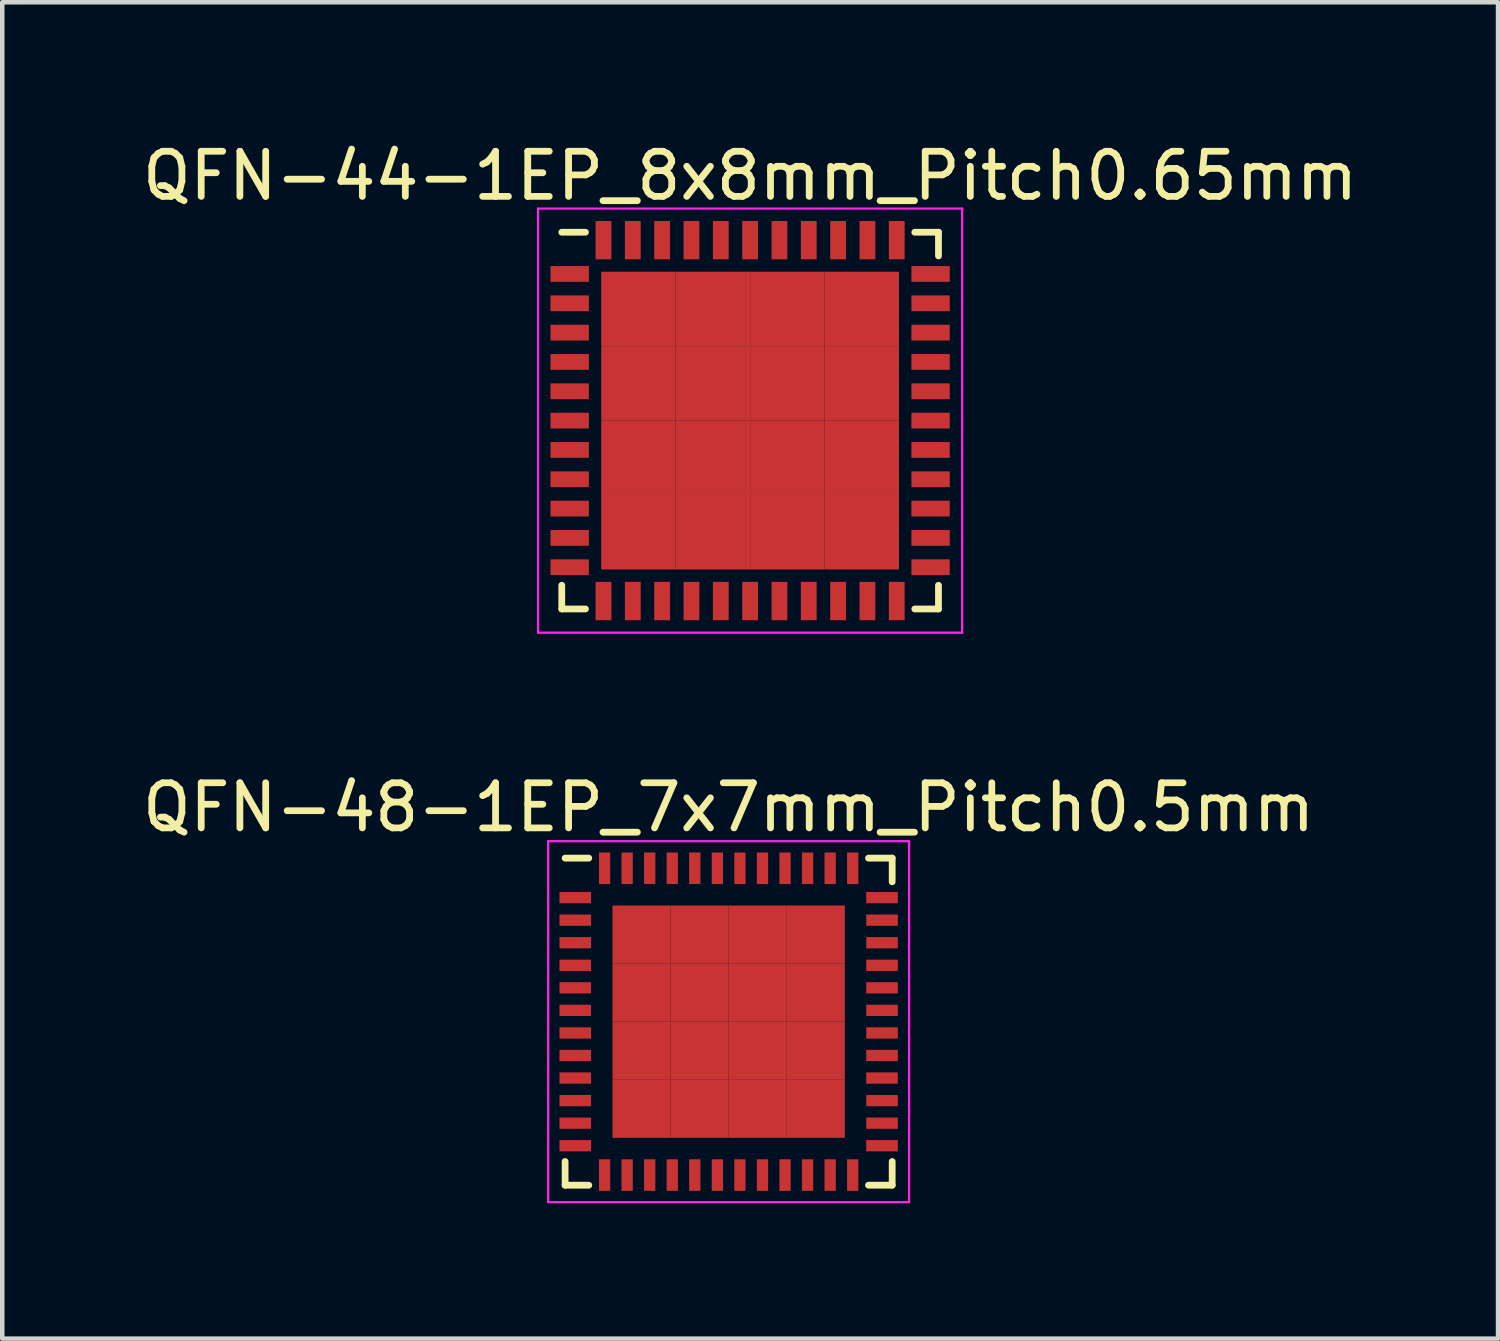
<source format=kicad_pcb>
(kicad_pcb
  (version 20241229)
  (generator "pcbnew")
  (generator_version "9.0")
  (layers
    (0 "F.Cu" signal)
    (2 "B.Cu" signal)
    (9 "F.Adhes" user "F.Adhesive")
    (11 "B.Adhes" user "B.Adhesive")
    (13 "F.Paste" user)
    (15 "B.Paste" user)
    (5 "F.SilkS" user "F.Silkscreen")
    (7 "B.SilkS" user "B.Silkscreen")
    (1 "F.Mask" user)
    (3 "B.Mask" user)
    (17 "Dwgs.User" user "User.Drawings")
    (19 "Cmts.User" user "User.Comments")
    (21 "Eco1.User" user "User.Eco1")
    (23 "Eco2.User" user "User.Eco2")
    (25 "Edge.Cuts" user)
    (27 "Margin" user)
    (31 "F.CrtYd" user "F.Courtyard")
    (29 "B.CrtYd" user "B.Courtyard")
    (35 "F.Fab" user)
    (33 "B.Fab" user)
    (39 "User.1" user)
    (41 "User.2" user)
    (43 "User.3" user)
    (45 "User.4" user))
  (footprint "QFN-44-1EP_8x8mm_Pitch0.65mm"
    (layer "F.Cu")
    (at 13.577 6.273)
    (property "Reference" "QFN-44-1EP_8x8mm_Pitch0.65mm" (at 0 -5.425 0) (layer "F.SilkS") (effects (font (size 1 1) (thickness 0.15))))
    (attr smd)
    (fp_line (start -4.175 -4.175) (end -3.65 -4.175) (stroke (width 0.15) (type solid)) (layer "F.SilkS"))
    (fp_line (start -4.175 4.175) (end -4.175 3.65) (stroke (width 0.15) (type solid)) (layer "F.SilkS"))
    (fp_line (start -4.175 4.175) (end -3.65 4.175) (stroke (width 0.15) (type solid)) (layer "F.SilkS"))
    (fp_line (start 4.175 -4.175) (end 3.65 -4.175) (stroke (width 0.15) (type solid)) (layer "F.SilkS"))
    (fp_line (start 4.175 -4.175) (end 4.175 -3.65) (stroke (width 0.15) (type solid)) (layer "F.SilkS"))
    (fp_line (start 4.175 4.175) (end 3.65 4.175) (stroke (width 0.15) (type solid)) (layer "F.SilkS"))
    (fp_line (start 4.175 4.175) (end 4.175 3.65) (stroke (width 0.15) (type solid)) (layer "F.SilkS"))
    (fp_line (start -4.7 -4.7) (end -4.7 4.7) (stroke (width 0.05) (type solid)) (layer "F.CrtYd"))
    (fp_line (start -4.7 -4.7) (end 4.7 -4.7) (stroke (width 0.05) (type solid)) (layer "F.CrtYd"))
    (fp_line (start -4.7 4.7) (end 4.7 4.7) (stroke (width 0.05) (type solid)) (layer "F.CrtYd"))
    (fp_line (start 4.7 -4.7) (end 4.7 4.7) (stroke (width 0.05) (type solid)) (layer "F.CrtYd"))
    (pad "1" smd rect (at -4 -3.25) (size 0.85 0.35) (layers "F.Cu" "F.Mask" "F.Paste"))
    (pad "2" smd rect (at -4 -2.6) (size 0.85 0.35) (layers "F.Cu" "F.Mask" "F.Paste"))
    (pad "3" smd rect (at -4 -1.95) (size 0.85 0.35) (layers "F.Cu" "F.Mask" "F.Paste"))
    (pad "4" smd rect (at -4 -1.3) (size 0.85 0.35) (layers "F.Cu" "F.Mask" "F.Paste"))
    (pad "5" smd rect (at -4 -0.65) (size 0.85 0.35) (layers "F.Cu" "F.Mask" "F.Paste"))
    (pad "6" smd rect (at -4 0) (size 0.85 0.35) (layers "F.Cu" "F.Mask" "F.Paste"))
    (pad "7" smd rect (at -4 0.65) (size 0.85 0.35) (layers "F.Cu" "F.Mask" "F.Paste"))
    (pad "8" smd rect (at -4 1.3) (size 0.85 0.35) (layers "F.Cu" "F.Mask" "F.Paste"))
    (pad "9" smd rect (at -4 1.95) (size 0.85 0.35) (layers "F.Cu" "F.Mask" "F.Paste"))
    (pad "10" smd rect (at -4 2.6) (size 0.85 0.35) (layers "F.Cu" "F.Mask" "F.Paste"))
    (pad "11" smd rect (at -4 3.25) (size 0.85 0.35) (layers "F.Cu" "F.Mask" "F.Paste"))
    (pad "12" smd rect (at -3.25 4 90) (size 0.85 0.35) (layers "F.Cu" "F.Mask" "F.Paste"))
    (pad "13" smd rect (at -2.6 4 90) (size 0.85 0.35) (layers "F.Cu" "F.Mask" "F.Paste"))
    (pad "14" smd rect (at -1.95 4 90) (size 0.85 0.35) (layers "F.Cu" "F.Mask" "F.Paste"))
    (pad "15" smd rect (at -1.3 4 90) (size 0.85 0.35) (layers "F.Cu" "F.Mask" "F.Paste"))
    (pad "16" smd rect (at -0.65 4 90) (size 0.85 0.35) (layers "F.Cu" "F.Mask" "F.Paste"))
    (pad "17" smd rect (at 0 4 90) (size 0.85 0.35) (layers "F.Cu" "F.Mask" "F.Paste"))
    (pad "18" smd rect (at 0.65 4 90) (size 0.85 0.35) (layers "F.Cu" "F.Mask" "F.Paste"))
    (pad "19" smd rect (at 1.3 4 90) (size 0.85 0.35) (layers "F.Cu" "F.Mask" "F.Paste"))
    (pad "20" smd rect (at 1.95 4 90) (size 0.85 0.35) (layers "F.Cu" "F.Mask" "F.Paste"))
    (pad "21" smd rect (at 2.6 4 90) (size 0.85 0.35) (layers "F.Cu" "F.Mask" "F.Paste"))
    (pad "22" smd rect (at 3.25 4 90) (size 0.85 0.35) (layers "F.Cu" "F.Mask" "F.Paste"))
    (pad "23" smd rect (at 4 3.25) (size 0.85 0.35) (layers "F.Cu" "F.Mask" "F.Paste"))
    (pad "24" smd rect (at 4 2.6) (size 0.85 0.35) (layers "F.Cu" "F.Mask" "F.Paste"))
    (pad "25" smd rect (at 4 1.95) (size 0.85 0.35) (layers "F.Cu" "F.Mask" "F.Paste"))
    (pad "26" smd rect (at 4 1.3) (size 0.85 0.35) (layers "F.Cu" "F.Mask" "F.Paste"))
    (pad "27" smd rect (at 4 0.65) (size 0.85 0.35) (layers "F.Cu" "F.Mask" "F.Paste"))
    (pad "28" smd rect (at 4 0) (size 0.85 0.35) (layers "F.Cu" "F.Mask" "F.Paste"))
    (pad "29" smd rect (at 4 -0.65) (size 0.85 0.35) (layers "F.Cu" "F.Mask" "F.Paste"))
    (pad "30" smd rect (at 4 -1.3) (size 0.85 0.35) (layers "F.Cu" "F.Mask" "F.Paste"))
    (pad "31" smd rect (at 4 -1.95) (size 0.85 0.35) (layers "F.Cu" "F.Mask" "F.Paste"))
    (pad "32" smd rect (at 4 -2.6) (size 0.85 0.35) (layers "F.Cu" "F.Mask" "F.Paste"))
    (pad "33" smd rect (at 4 -3.25) (size 0.85 0.35) (layers "F.Cu" "F.Mask" "F.Paste"))
    (pad "34" smd rect (at 3.25 -4 90) (size 0.85 0.35) (layers "F.Cu" "F.Mask" "F.Paste"))
    (pad "35" smd rect (at 2.6 -4 90) (size 0.85 0.35) (layers "F.Cu" "F.Mask" "F.Paste"))
    (pad "36" smd rect (at 1.95 -4 90) (size 0.85 0.35) (layers "F.Cu" "F.Mask" "F.Paste"))
    (pad "37" smd rect (at 1.3 -4 90) (size 0.85 0.35) (layers "F.Cu" "F.Mask" "F.Paste"))
    (pad "38" smd rect (at 0.65 -4 90) (size 0.85 0.35) (layers "F.Cu" "F.Mask" "F.Paste"))
    (pad "39" smd rect (at 0 -4 90) (size 0.85 0.35) (layers "F.Cu" "F.Mask" "F.Paste"))
    (pad "40" smd rect (at -0.65 -4 90) (size 0.85 0.35) (layers "F.Cu" "F.Mask" "F.Paste"))
    (pad "41" smd rect (at -1.3 -4 90) (size 0.85 0.35) (layers "F.Cu" "F.Mask" "F.Paste"))
    (pad "42" smd rect (at -1.95 -4 90) (size 0.85 0.35) (layers "F.Cu" "F.Mask" "F.Paste"))
    (pad "43" smd rect (at -2.6 -4 90) (size 0.85 0.35) (layers "F.Cu" "F.Mask" "F.Paste"))
    (pad "44" smd rect (at -3.25 -4 90) (size 0.85 0.35) (layers "F.Cu" "F.Mask" "F.Paste"))
    (pad "45" smd rect (at -2.475 -2.475) (size 1.65 1.65) (layers "F.Cu" "F.Mask" "F.Paste"))
    (pad "45" smd rect (at -2.475 -0.825) (size 1.65 1.65) (layers "F.Cu" "F.Mask" "F.Paste"))
    (pad "45" smd rect (at -2.475 0.825) (size 1.65 1.65) (layers "F.Cu" "F.Mask" "F.Paste"))
    (pad "45" smd rect (at -2.475 2.475) (size 1.65 1.65) (layers "F.Cu" "F.Mask" "F.Paste"))
    (pad "45" smd rect (at -0.825 -2.475) (size 1.65 1.65) (layers "F.Cu" "F.Mask" "F.Paste"))
    (pad "45" smd rect (at -0.825 -0.825) (size 1.65 1.65) (layers "F.Cu" "F.Mask" "F.Paste"))
    (pad "45" smd rect (at -0.825 0.825) (size 1.65 1.65) (layers "F.Cu" "F.Mask" "F.Paste"))
    (pad "45" smd rect (at -0.825 2.475) (size 1.65 1.65) (layers "F.Cu" "F.Mask" "F.Paste"))
    (pad "45" smd rect (at 0.825 -2.475) (size 1.65 1.65) (layers "F.Cu" "F.Mask" "F.Paste"))
    (pad "45" smd rect (at 0.825 -0.825) (size 1.65 1.65) (layers "F.Cu" "F.Mask" "F.Paste"))
    (pad "45" smd rect (at 0.825 0.825) (size 1.65 1.65) (layers "F.Cu" "F.Mask" "F.Paste"))
    (pad "45" smd rect (at 0.825 2.475) (size 1.65 1.65) (layers "F.Cu" "F.Mask" "F.Paste"))
    (pad "45" smd rect (at 2.475 -2.475) (size 1.65 1.65) (layers "F.Cu" "F.Mask" "F.Paste"))
    (pad "45" smd rect (at 2.475 -0.825) (size 1.65 1.65) (layers "F.Cu" "F.Mask" "F.Paste"))
    (pad "45" smd rect (at 2.475 0.825) (size 1.65 1.65) (layers "F.Cu" "F.Mask" "F.Paste"))
    (pad "45" smd rect (at 2.475 2.475) (size 1.65 1.65) (layers "F.Cu" "F.Mask" "F.Paste")))
  (footprint "QFN-48-1EP_7x7mm_Pitch0.5mm"
    (layer "F.Cu")
    (at 13.101 19.596)
    (property "Reference" "QFN-48-1EP_7x7mm_Pitch0.5mm" (at 0 -4.75 0) (layer "F.SilkS") (effects (font (size 1 1) (thickness 0.15))))
    (attr smd)
    (fp_line (start -3.625 -3.625) (end -3.1 -3.625) (stroke (width 0.15) (type solid)) (layer "F.SilkS"))
    (fp_line (start -3.625 3.625) (end -3.625 3.1) (stroke (width 0.15) (type solid)) (layer "F.SilkS"))
    (fp_line (start -3.625 3.625) (end -3.1 3.625) (stroke (width 0.15) (type solid)) (layer "F.SilkS"))
    (fp_line (start 3.625 -3.625) (end 3.1 -3.625) (stroke (width 0.15) (type solid)) (layer "F.SilkS"))
    (fp_line (start 3.625 -3.625) (end 3.625 -3.1) (stroke (width 0.15) (type solid)) (layer "F.SilkS"))
    (fp_line (start 3.625 3.625) (end 3.1 3.625) (stroke (width 0.15) (type solid)) (layer "F.SilkS"))
    (fp_line (start 3.625 3.625) (end 3.625 3.1) (stroke (width 0.15) (type solid)) (layer "F.SilkS"))
    (fp_line (start -4 -4) (end -4 4) (stroke (width 0.05) (type solid)) (layer "F.CrtYd"))
    (fp_line (start -4 -4) (end 4 -4) (stroke (width 0.05) (type solid)) (layer "F.CrtYd"))
    (fp_line (start -4 4) (end 4 4) (stroke (width 0.05) (type solid)) (layer "F.CrtYd"))
    (fp_line (start 4 -4) (end 4 4) (stroke (width 0.05) (type solid)) (layer "F.CrtYd"))
    (pad "1" smd rect (at -3.4 -2.75) (size 0.7 0.25) (layers "F.Cu" "F.Mask" "F.Paste"))
    (pad "2" smd rect (at -3.4 -2.25) (size 0.7 0.25) (layers "F.Cu" "F.Mask" "F.Paste"))
    (pad "3" smd rect (at -3.4 -1.75) (size 0.7 0.25) (layers "F.Cu" "F.Mask" "F.Paste"))
    (pad "4" smd rect (at -3.4 -1.25) (size 0.7 0.25) (layers "F.Cu" "F.Mask" "F.Paste"))
    (pad "5" smd rect (at -3.4 -0.75) (size 0.7 0.25) (layers "F.Cu" "F.Mask" "F.Paste"))
    (pad "6" smd rect (at -3.4 -0.25) (size 0.7 0.25) (layers "F.Cu" "F.Mask" "F.Paste"))
    (pad "7" smd rect (at -3.4 0.25) (size 0.7 0.25) (layers "F.Cu" "F.Mask" "F.Paste"))
    (pad "8" smd rect (at -3.4 0.75) (size 0.7 0.25) (layers "F.Cu" "F.Mask" "F.Paste"))
    (pad "9" smd rect (at -3.4 1.25) (size 0.7 0.25) (layers "F.Cu" "F.Mask" "F.Paste"))
    (pad "10" smd rect (at -3.4 1.75) (size 0.7 0.25) (layers "F.Cu" "F.Mask" "F.Paste"))
    (pad "11" smd rect (at -3.4 2.25) (size 0.7 0.25) (layers "F.Cu" "F.Mask" "F.Paste"))
    (pad "12" smd rect (at -3.4 2.75) (size 0.7 0.25) (layers "F.Cu" "F.Mask" "F.Paste"))
    (pad "13" smd rect (at -2.75 3.4 90) (size 0.7 0.25) (layers "F.Cu" "F.Mask" "F.Paste"))
    (pad "14" smd rect (at -2.25 3.4 90) (size 0.7 0.25) (layers "F.Cu" "F.Mask" "F.Paste"))
    (pad "15" smd rect (at -1.75 3.4 90) (size 0.7 0.25) (layers "F.Cu" "F.Mask" "F.Paste"))
    (pad "16" smd rect (at -1.25 3.4 90) (size 0.7 0.25) (layers "F.Cu" "F.Mask" "F.Paste"))
    (pad "17" smd rect (at -0.75 3.4 90) (size 0.7 0.25) (layers "F.Cu" "F.Mask" "F.Paste"))
    (pad "18" smd rect (at -0.25 3.4 90) (size 0.7 0.25) (layers "F.Cu" "F.Mask" "F.Paste"))
    (pad "19" smd rect (at 0.25 3.4 90) (size 0.7 0.25) (layers "F.Cu" "F.Mask" "F.Paste"))
    (pad "20" smd rect (at 0.75 3.4 90) (size 0.7 0.25) (layers "F.Cu" "F.Mask" "F.Paste"))
    (pad "21" smd rect (at 1.25 3.4 90) (size 0.7 0.25) (layers "F.Cu" "F.Mask" "F.Paste"))
    (pad "22" smd rect (at 1.75 3.4 90) (size 0.7 0.25) (layers "F.Cu" "F.Mask" "F.Paste"))
    (pad "23" smd rect (at 2.25 3.4 90) (size 0.7 0.25) (layers "F.Cu" "F.Mask" "F.Paste"))
    (pad "24" smd rect (at 2.75 3.4 90) (size 0.7 0.25) (layers "F.Cu" "F.Mask" "F.Paste"))
    (pad "25" smd rect (at 3.4 2.75) (size 0.7 0.25) (layers "F.Cu" "F.Mask" "F.Paste"))
    (pad "26" smd rect (at 3.4 2.25) (size 0.7 0.25) (layers "F.Cu" "F.Mask" "F.Paste"))
    (pad "27" smd rect (at 3.4 1.75) (size 0.7 0.25) (layers "F.Cu" "F.Mask" "F.Paste"))
    (pad "28" smd rect (at 3.4 1.25) (size 0.7 0.25) (layers "F.Cu" "F.Mask" "F.Paste"))
    (pad "29" smd rect (at 3.4 0.75) (size 0.7 0.25) (layers "F.Cu" "F.Mask" "F.Paste"))
    (pad "30" smd rect (at 3.4 0.25) (size 0.7 0.25) (layers "F.Cu" "F.Mask" "F.Paste"))
    (pad "31" smd rect (at 3.4 -0.25) (size 0.7 0.25) (layers "F.Cu" "F.Mask" "F.Paste"))
    (pad "32" smd rect (at 3.4 -0.75) (size 0.7 0.25) (layers "F.Cu" "F.Mask" "F.Paste"))
    (pad "33" smd rect (at 3.4 -1.25) (size 0.7 0.25) (layers "F.Cu" "F.Mask" "F.Paste"))
    (pad "34" smd rect (at 3.4 -1.75) (size 0.7 0.25) (layers "F.Cu" "F.Mask" "F.Paste"))
    (pad "35" smd rect (at 3.4 -2.25) (size 0.7 0.25) (layers "F.Cu" "F.Mask" "F.Paste"))
    (pad "36" smd rect (at 3.4 -2.75) (size 0.7 0.25) (layers "F.Cu" "F.Mask" "F.Paste"))
    (pad "37" smd rect (at 2.75 -3.4 90) (size 0.7 0.25) (layers "F.Cu" "F.Mask" "F.Paste"))
    (pad "38" smd rect (at 2.25 -3.4 90) (size 0.7 0.25) (layers "F.Cu" "F.Mask" "F.Paste"))
    (pad "39" smd rect (at 1.75 -3.4 90) (size 0.7 0.25) (layers "F.Cu" "F.Mask" "F.Paste"))
    (pad "40" smd rect (at 1.25 -3.4 90) (size 0.7 0.25) (layers "F.Cu" "F.Mask" "F.Paste"))
    (pad "41" smd rect (at 0.75 -3.4 90) (size 0.7 0.25) (layers "F.Cu" "F.Mask" "F.Paste"))
    (pad "42" smd rect (at 0.25 -3.4 90) (size 0.7 0.25) (layers "F.Cu" "F.Mask" "F.Paste"))
    (pad "43" smd rect (at -0.25 -3.4 90) (size 0.7 0.25) (layers "F.Cu" "F.Mask" "F.Paste"))
    (pad "44" smd rect (at -0.75 -3.4 90) (size 0.7 0.25) (layers "F.Cu" "F.Mask" "F.Paste"))
    (pad "45" smd rect (at -1.25 -3.4 90) (size 0.7 0.25) (layers "F.Cu" "F.Mask" "F.Paste"))
    (pad "46" smd rect (at -1.75 -3.4 90) (size 0.7 0.25) (layers "F.Cu" "F.Mask" "F.Paste"))
    (pad "47" smd rect (at -2.25 -3.4 90) (size 0.7 0.25) (layers "F.Cu" "F.Mask" "F.Paste"))
    (pad "48" smd rect (at -2.75 -3.4 90) (size 0.7 0.25) (layers "F.Cu" "F.Mask" "F.Paste"))
    (pad "49" smd rect (at -1.931 -1.931) (size 1.288 1.288) (layers "F.Cu" "F.Mask" "F.Paste"))
    (pad "49" smd rect (at -1.931 -0.644) (size 1.288 1.288) (layers "F.Cu" "F.Mask" "F.Paste"))
    (pad "49" smd rect (at -1.931 0.644) (size 1.288 1.288) (layers "F.Cu" "F.Mask" "F.Paste"))
    (pad "49" smd rect (at -1.931 1.931) (size 1.288 1.288) (layers "F.Cu" "F.Mask" "F.Paste"))
    (pad "49" smd rect (at -0.644 -1.931) (size 1.288 1.288) (layers "F.Cu" "F.Mask" "F.Paste"))
    (pad "49" smd rect (at -0.644 -0.644) (size 1.288 1.288) (layers "F.Cu" "F.Mask" "F.Paste"))
    (pad "49" smd rect (at -0.644 0.644) (size 1.288 1.288) (layers "F.Cu" "F.Mask" "F.Paste"))
    (pad "49" smd rect (at -0.644 1.931) (size 1.288 1.288) (layers "F.Cu" "F.Mask" "F.Paste"))
    (pad "49" smd rect (at 0.644 -1.931) (size 1.288 1.288) (layers "F.Cu" "F.Mask" "F.Paste"))
    (pad "49" smd rect (at 0.644 -0.644) (size 1.288 1.288) (layers "F.Cu" "F.Mask" "F.Paste"))
    (pad "49" smd rect (at 0.644 0.644) (size 1.288 1.288) (layers "F.Cu" "F.Mask" "F.Paste"))
    (pad "49" smd rect (at 0.644 1.931) (size 1.288 1.288) (layers "F.Cu" "F.Mask" "F.Paste"))
    (pad "49" smd rect (at 1.931 -1.931) (size 1.288 1.288) (layers "F.Cu" "F.Mask" "F.Paste"))
    (pad "49" smd rect (at 1.931 -0.644) (size 1.288 1.288) (layers "F.Cu" "F.Mask" "F.Paste"))
    (pad "49" smd rect (at 1.931 0.644) (size 1.288 1.288) (layers "F.Cu" "F.Mask" "F.Paste"))
    (pad "49" smd rect (at 1.931 1.931) (size 1.288 1.288) (layers "F.Cu" "F.Mask" "F.Paste")))
  (gr_rect
    (start -3 -3)
    (end 30.155 26.622)
    (stroke (width 0.1) (type default))
    (fill no)
    (layer "Edge.Cuts")))
</source>
